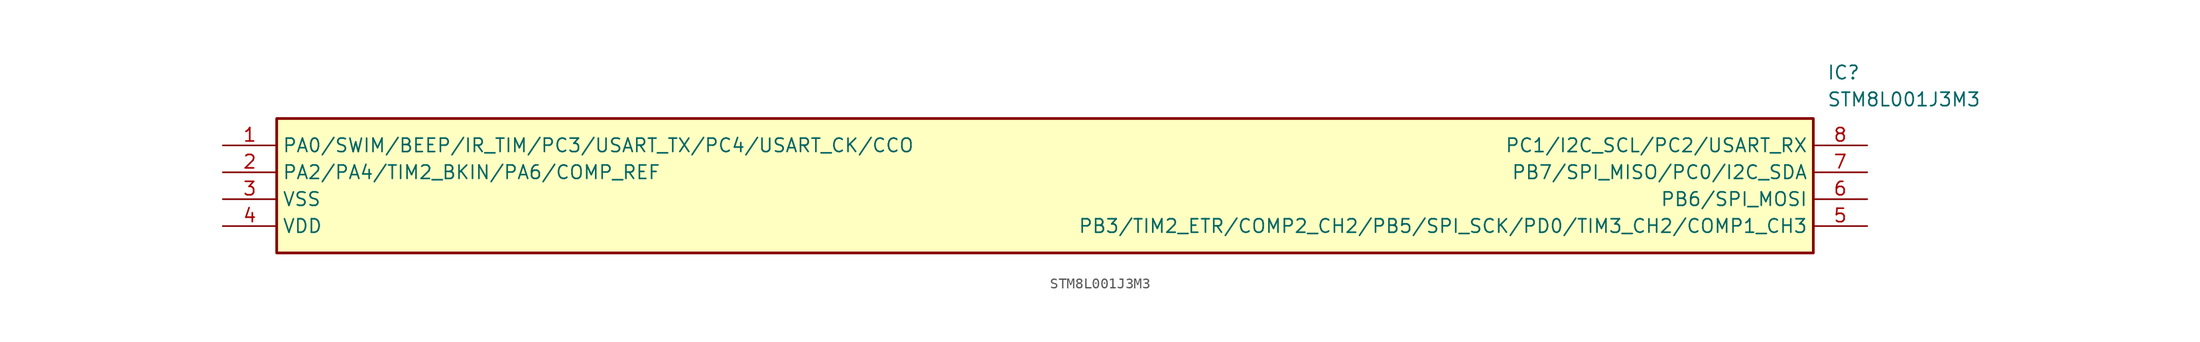
<source format=kicad_sym>
(kicad_symbol_lib
  (version 20241209)
  (generator "kicad_symbol_editor")
  (generator_version "9.0")
  (symbol "STM8L001J3M3"
    (property "Reference" "IC"
      (at 151.13 7.62 0)
      (effects (font (size 1.27 1.27)) (justify left top)))
    (property "Value" "STM8L001J3M3"
      (at 151.13 5.08 0)
      (effects (font (size 1.27 1.27)) (justify left top)))
    (symbol "STM8L001J3M3_1_1"
      (rectangle (start 5.08 2.54) (end 149.86 -10.16) (stroke (width 0.254) (type default)) (fill (type background)))
      (pin passive line (at 0 0 0) (length 5.08) (name "PA0/SWIM/BEEP/IR_TIM/PC3/USART_TX/PC4/USART_CK/CCO" (effects (font (size 1.27 1.27)))) (number "1" (effects (font (size 1.27 1.27)))))
      (pin passive line (at 0 -2.54 0) (length 5.08) (name "PA2/PA4/TIM2_BKIN/PA6/COMP_REF" (effects (font (size 1.27 1.27)))) (number "2" (effects (font (size 1.27 1.27)))))
      (pin passive line (at 0 -5.08 0) (length 5.08) (name "VSS" (effects (font (size 1.27 1.27)))) (number "3" (effects (font (size 1.27 1.27)))))
      (pin passive line (at 0 -7.62 0) (length 5.08) (name "VDD" (effects (font (size 1.27 1.27)))) (number "4" (effects (font (size 1.27 1.27)))))
      (pin passive line (at 154.94 0 180) (length 5.08) (name "PC1/I2C_SCL/PC2/USART_RX" (effects (font (size 1.27 1.27)))) (number "8" (effects (font (size 1.27 1.27)))))
      (pin passive line (at 154.94 -2.54 180) (length 5.08) (name "PB7/SPI_MISO/PC0/I2C_SDA" (effects (font (size 1.27 1.27)))) (number "7" (effects (font (size 1.27 1.27)))))
      (pin passive line (at 154.94 -5.08 180) (length 5.08) (name "PB6/SPI_MOSI" (effects (font (size 1.27 1.27)))) (number "6" (effects (font (size 1.27 1.27)))))
      (pin passive line (at 154.94 -7.62 180) (length 5.08) (name "PB3/TIM2_ETR/COMP2_CH2/PB5/SPI_SCK/PD0/TIM3_CH2/COMP1_CH3" (effects (font (size 1.27 1.27)))) (number "5" (effects (font (size 1.27 1.27))))))))
</source>
